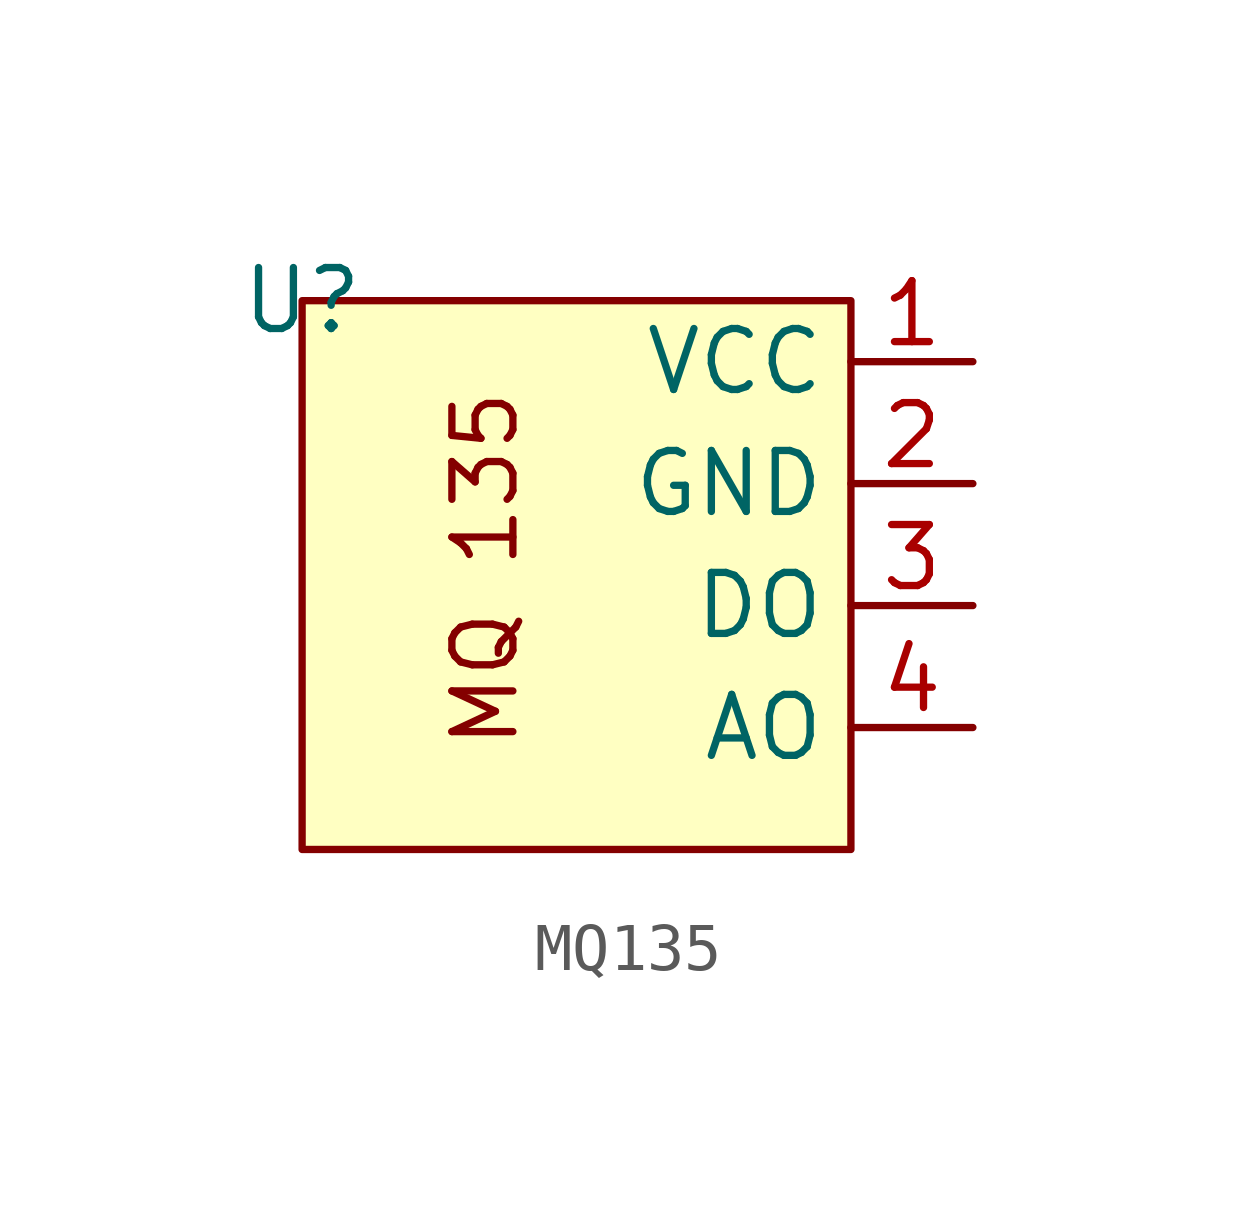
<source format=kicad_sym>
(kicad_symbol_lib
  (version 20241209)
  (generator "kicad_symbol_editor")
  (generator_version "9.0")
  (symbol "MQ135"
    (power)
    (property "Reference" "U"
      (at -5.08 5.08 0)
      (effects (font (size 1.27 1.27))))
    (property "Value" ""
      (at 0 0 0)
      (effects (font (size 1.27 1.27))))
    (symbol "MQ135_1_1"
      (rectangle (start -5.08 5.08) (end 6.35 -6.35) (stroke (width 0) (type solid)) (fill (type background)))
      (text "MQ 135" (at -1.27 -0.508 900) (effects (font (size 1.27 1.27))))
      (pin power_in line (at 8.89 3.81 180) (length 2.54) (name "VCC" (effects (font (size 1.27 1.27)))) (number "1" (effects (font (size 1.27 1.27)))))
      (pin power_in line (at 8.89 1.27 180) (length 2.54) (name "GND" (effects (font (size 1.27 1.27)))) (number "2" (effects (font (size 1.27 1.27)))))
      (pin output line (at 8.89 -1.27 180) (length 2.54) (name "DO" (effects (font (size 1.27 1.27)))) (number "3" (effects (font (size 1.27 1.27)))))
      (pin output line (at 8.89 -3.81 180) (length 2.54) (name "AO" (effects (font (size 1.27 1.27)))) (number "4" (effects (font (size 1.27 1.27))))))))
</source>
